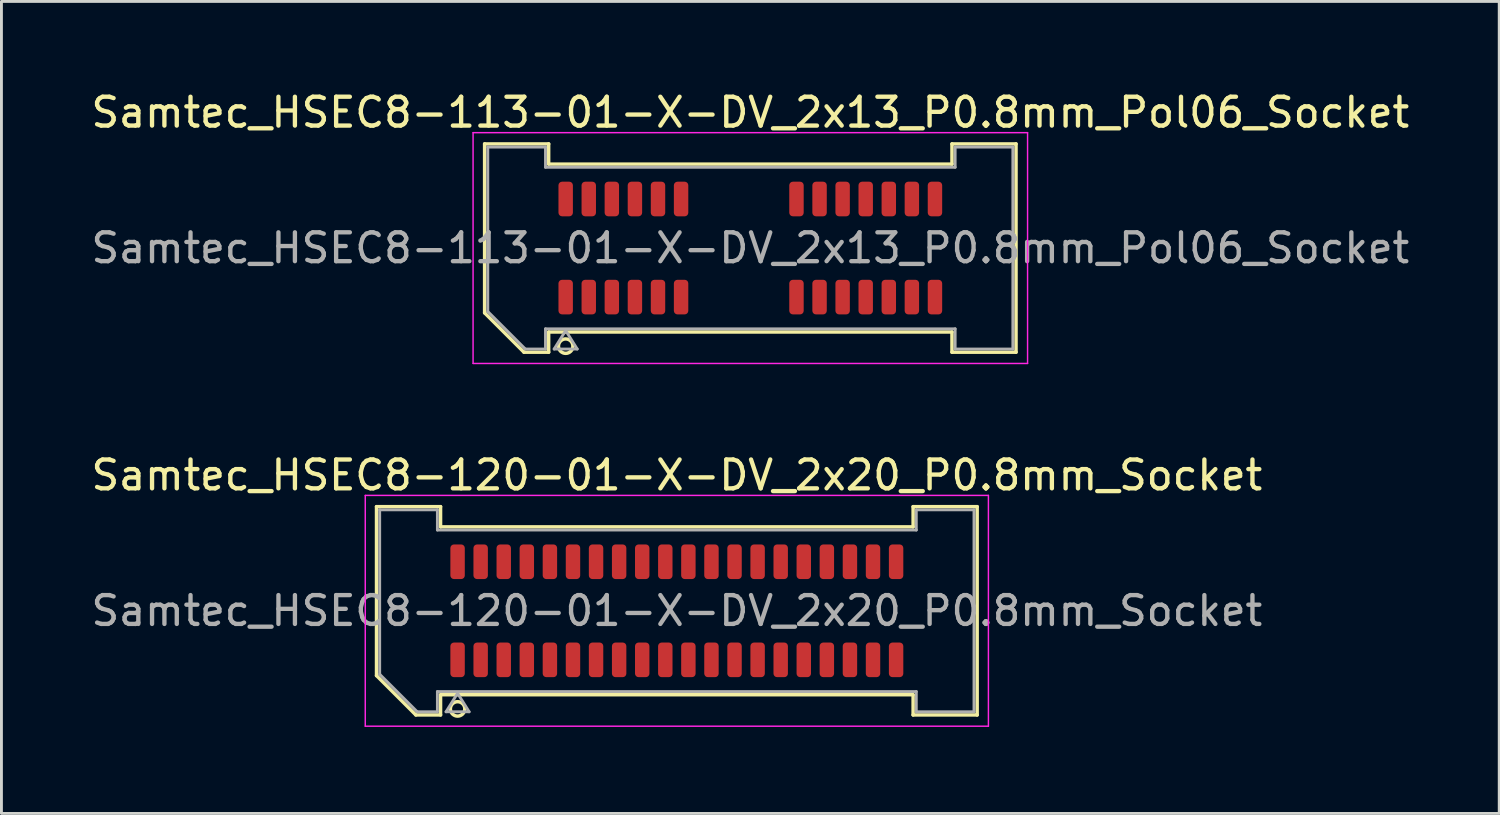
<source format=kicad_pcb>
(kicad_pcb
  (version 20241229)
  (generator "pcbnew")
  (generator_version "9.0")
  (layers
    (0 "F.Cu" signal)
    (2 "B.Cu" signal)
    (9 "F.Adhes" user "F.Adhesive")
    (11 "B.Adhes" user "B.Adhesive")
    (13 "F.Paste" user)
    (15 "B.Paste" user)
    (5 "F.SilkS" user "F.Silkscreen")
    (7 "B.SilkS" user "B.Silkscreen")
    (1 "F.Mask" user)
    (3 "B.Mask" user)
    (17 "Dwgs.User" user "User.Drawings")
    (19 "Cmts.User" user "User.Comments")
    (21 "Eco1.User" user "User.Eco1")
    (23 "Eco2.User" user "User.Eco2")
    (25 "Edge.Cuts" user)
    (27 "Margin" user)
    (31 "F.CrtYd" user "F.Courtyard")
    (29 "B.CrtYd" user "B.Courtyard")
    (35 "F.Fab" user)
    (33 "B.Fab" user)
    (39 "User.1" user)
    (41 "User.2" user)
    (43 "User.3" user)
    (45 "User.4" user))
  (footprint "Samtec_HSEC8-113-01-X-DV_2x13_P0.8mm_Pol06_Socket"
    (layer "F.Cu")
    (at 22.958 5.548)
    (property "Reference" "Samtec_HSEC8-113-01-X-DV_2x13_P0.8mm_Pol06_Socket" (at 0 -4.7 0) (layer "F.SilkS") (effects (font (size 1 1) (thickness 0.15))))
    (attr smd)
    (fp_line (start -9.21 -3.61) (end -6.99 -3.61) (stroke (width 0.12) (type solid)) (layer "F.SilkS"))
    (fp_line (start -9.21 2.246) (end -9.21 -3.61) (stroke (width 0.12) (type solid)) (layer "F.SilkS"))
    (fp_line (start -7.846 3.61) (end -9.21 2.246) (stroke (width 0.12) (type solid)) (layer "F.SilkS"))
    (fp_line (start -6.99 -3.61) (end -6.99 -2.91) (stroke (width 0.12) (type solid)) (layer "F.SilkS"))
    (fp_line (start -6.99 -2.91) (end 6.99 -2.91) (stroke (width 0.12) (type solid)) (layer "F.SilkS"))
    (fp_line (start -6.99 2.91) (end -6.99 3.61) (stroke (width 0.12) (type solid)) (layer "F.SilkS"))
    (fp_line (start -6.99 3.61) (end -7.846 3.61) (stroke (width 0.12) (type solid)) (layer "F.SilkS"))
    (fp_line (start 6.99 -3.61) (end 9.21 -3.61) (stroke (width 0.12) (type solid)) (layer "F.SilkS"))
    (fp_line (start 6.99 -2.91) (end 6.99 -3.61) (stroke (width 0.12) (type solid)) (layer "F.SilkS"))
    (fp_line (start 6.99 2.91) (end -6.99 2.91) (stroke (width 0.12) (type solid)) (layer "F.SilkS"))
    (fp_line (start 6.99 3.61) (end 6.99 2.91) (stroke (width 0.12) (type solid)) (layer "F.SilkS"))
    (fp_line (start 9.21 -3.61) (end 9.21 3.61) (stroke (width 0.12) (type solid)) (layer "F.SilkS"))
    (fp_line (start 9.21 3.61) (end 6.99 3.61) (stroke (width 0.12) (type solid)) (layer "F.SilkS"))
    (fp_arc (start -6.15 3.4) (mid -6.65 3.4) (end -6.15 3.4) (stroke (width 0.12) (type solid)) (layer "F.SilkS"))
    (fp_line (start -9.61 -4) (end -9.61 4) (stroke (width 0.05) (type solid)) (layer "F.CrtYd"))
    (fp_line (start -9.61 4) (end 9.61 4) (stroke (width 0.05) (type solid)) (layer "F.CrtYd"))
    (fp_line (start 9.61 -4) (end -9.61 -4) (stroke (width 0.05) (type solid)) (layer "F.CrtYd"))
    (fp_line (start 9.61 4) (end 9.61 -4) (stroke (width 0.05) (type solid)) (layer "F.CrtYd"))
    (fp_line (start -9.1 -3.5) (end -7.1 -3.5) (stroke (width 0.1) (type solid)) (layer "F.Fab"))
    (fp_line (start -9.1 2.2) (end -9.1 -3.5) (stroke (width 0.1) (type solid)) (layer "F.Fab"))
    (fp_line (start -7.8 3.5) (end -9.1 2.2) (stroke (width 0.1) (type solid)) (layer "F.Fab"))
    (fp_line (start -7.1 -3.5) (end -7.1 -2.8) (stroke (width 0.1) (type solid)) (layer "F.Fab"))
    (fp_line (start -7.1 -2.8) (end 7.1 -2.8) (stroke (width 0.1) (type solid)) (layer "F.Fab"))
    (fp_line (start -7.1 2.8) (end -7.1 3.5) (stroke (width 0.1) (type solid)) (layer "F.Fab"))
    (fp_line (start -7.1 3.5) (end -7.8 3.5) (stroke (width 0.1) (type solid)) (layer "F.Fab"))
    (fp_line (start -6.8 3.5) (end -6.4 2.86) (stroke (width 0.1) (type solid)) (layer "F.Fab"))
    (fp_line (start -6.4 2.86) (end -6 3.5) (stroke (width 0.1) (type solid)) (layer "F.Fab"))
    (fp_line (start -6 3.5) (end -6.8 3.5) (stroke (width 0.1) (type solid)) (layer "F.Fab"))
    (fp_line (start 7.1 -3.5) (end 9.1 -3.5) (stroke (width 0.1) (type solid)) (layer "F.Fab"))
    (fp_line (start 7.1 -2.8) (end 7.1 -3.5) (stroke (width 0.1) (type solid)) (layer "F.Fab"))
    (fp_line (start 7.1 2.8) (end -7.1 2.8) (stroke (width 0.1) (type solid)) (layer "F.Fab"))
    (fp_line (start 7.1 3.5) (end 7.1 2.8) (stroke (width 0.1) (type solid)) (layer "F.Fab"))
    (fp_line (start 9.1 -3.5) (end 9.1 3.5) (stroke (width 0.1) (type solid)) (layer "F.Fab"))
    (fp_line (start 9.1 3.5) (end 7.1 3.5) (stroke (width 0.1) (type solid)) (layer "F.Fab"))
    (fp_text user "${REFERENCE}" (at 0 0 0) (layer "F.Fab") (effects (font (size 1 1) (thickness 0.15))))
    (pad "1" smd roundrect (at -6.4 1.7) (size 0.5 1.2) (layers "F.Cu" "F.Mask" "F.Paste") (roundrect_rratio 0.25))
    (pad "2" smd roundrect (at -6.4 -1.7) (size 0.5 1.2) (layers "F.Cu" "F.Mask" "F.Paste") (roundrect_rratio 0.25))
    (pad "3" smd roundrect (at -5.6 1.7) (size 0.5 1.2) (layers "F.Cu" "F.Mask" "F.Paste") (roundrect_rratio 0.25))
    (pad "4" smd roundrect (at -5.6 -1.7) (size 0.5 1.2) (layers "F.Cu" "F.Mask" "F.Paste") (roundrect_rratio 0.25))
    (pad "5" smd roundrect (at -4.8 1.7) (size 0.5 1.2) (layers "F.Cu" "F.Mask" "F.Paste") (roundrect_rratio 0.25))
    (pad "6" smd roundrect (at -4.8 -1.7) (size 0.5 1.2) (layers "F.Cu" "F.Mask" "F.Paste") (roundrect_rratio 0.25))
    (pad "7" smd roundrect (at -4 1.7) (size 0.5 1.2) (layers "F.Cu" "F.Mask" "F.Paste") (roundrect_rratio 0.25))
    (pad "8" smd roundrect (at -4 -1.7) (size 0.5 1.2) (layers "F.Cu" "F.Mask" "F.Paste") (roundrect_rratio 0.25))
    (pad "9" smd roundrect (at -3.2 1.7) (size 0.5 1.2) (layers "F.Cu" "F.Mask" "F.Paste") (roundrect_rratio 0.25))
    (pad "10" smd roundrect (at -3.2 -1.7) (size 0.5 1.2) (layers "F.Cu" "F.Mask" "F.Paste") (roundrect_rratio 0.25))
    (pad "11" smd roundrect (at -2.4 1.7) (size 0.5 1.2) (layers "F.Cu" "F.Mask" "F.Paste") (roundrect_rratio 0.25))
    (pad "12" smd roundrect (at -2.4 -1.7) (size 0.5 1.2) (layers "F.Cu" "F.Mask" "F.Paste") (roundrect_rratio 0.25))
    (pad "13" smd roundrect (at 1.6 1.7) (size 0.5 1.2) (layers "F.Cu" "F.Mask" "F.Paste") (roundrect_rratio 0.25))
    (pad "14" smd roundrect (at 1.6 -1.7) (size 0.5 1.2) (layers "F.Cu" "F.Mask" "F.Paste") (roundrect_rratio 0.25))
    (pad "15" smd roundrect (at 2.4 1.7) (size 0.5 1.2) (layers "F.Cu" "F.Mask" "F.Paste") (roundrect_rratio 0.25))
    (pad "16" smd roundrect (at 2.4 -1.7) (size 0.5 1.2) (layers "F.Cu" "F.Mask" "F.Paste") (roundrect_rratio 0.25))
    (pad "17" smd roundrect (at 3.2 1.7) (size 0.5 1.2) (layers "F.Cu" "F.Mask" "F.Paste") (roundrect_rratio 0.25))
    (pad "18" smd roundrect (at 3.2 -1.7) (size 0.5 1.2) (layers "F.Cu" "F.Mask" "F.Paste") (roundrect_rratio 0.25))
    (pad "19" smd roundrect (at 4 1.7) (size 0.5 1.2) (layers "F.Cu" "F.Mask" "F.Paste") (roundrect_rratio 0.25))
    (pad "20" smd roundrect (at 4 -1.7) (size 0.5 1.2) (layers "F.Cu" "F.Mask" "F.Paste") (roundrect_rratio 0.25))
    (pad "21" smd roundrect (at 4.8 1.7) (size 0.5 1.2) (layers "F.Cu" "F.Mask" "F.Paste") (roundrect_rratio 0.25))
    (pad "22" smd roundrect (at 4.8 -1.7) (size 0.5 1.2) (layers "F.Cu" "F.Mask" "F.Paste") (roundrect_rratio 0.25))
    (pad "23" smd roundrect (at 5.6 1.7) (size 0.5 1.2) (layers "F.Cu" "F.Mask" "F.Paste") (roundrect_rratio 0.25))
    (pad "24" smd roundrect (at 5.6 -1.7) (size 0.5 1.2) (layers "F.Cu" "F.Mask" "F.Paste") (roundrect_rratio 0.25))
    (pad "25" smd roundrect (at 6.4 1.7) (size 0.5 1.2) (layers "F.Cu" "F.Mask" "F.Paste") (roundrect_rratio 0.25))
    (pad "26" smd roundrect (at 6.4 -1.7) (size 0.5 1.2) (layers "F.Cu" "F.Mask" "F.Paste") (roundrect_rratio 0.25)))
  (footprint "Samtec_HSEC8-120-01-X-DV_2x20_P0.8mm_Socket"
    (layer "F.Cu")
    (at 20.411 18.122)
    (property "Reference" "Samtec_HSEC8-120-01-X-DV_2x20_P0.8mm_Socket" (at 0 -4.7 0) (layer "F.SilkS") (effects (font (size 1 1) (thickness 0.15))))
    (attr smd)
    (fp_line (start -10.41 -3.61) (end -8.19 -3.61) (stroke (width 0.12) (type solid)) (layer "F.SilkS"))
    (fp_line (start -10.41 2.246) (end -10.41 -3.61) (stroke (width 0.12) (type solid)) (layer "F.SilkS"))
    (fp_line (start -9.046 3.61) (end -10.41 2.246) (stroke (width 0.12) (type solid)) (layer "F.SilkS"))
    (fp_line (start -8.19 -3.61) (end -8.19 -2.91) (stroke (width 0.12) (type solid)) (layer "F.SilkS"))
    (fp_line (start -8.19 -2.91) (end 8.19 -2.91) (stroke (width 0.12) (type solid)) (layer "F.SilkS"))
    (fp_line (start -8.19 2.91) (end -8.19 3.61) (stroke (width 0.12) (type solid)) (layer "F.SilkS"))
    (fp_line (start -8.19 3.61) (end -9.046 3.61) (stroke (width 0.12) (type solid)) (layer "F.SilkS"))
    (fp_line (start 8.19 -3.61) (end 10.41 -3.61) (stroke (width 0.12) (type solid)) (layer "F.SilkS"))
    (fp_line (start 8.19 -2.91) (end 8.19 -3.61) (stroke (width 0.12) (type solid)) (layer "F.SilkS"))
    (fp_line (start 8.19 2.91) (end -8.19 2.91) (stroke (width 0.12) (type solid)) (layer "F.SilkS"))
    (fp_line (start 8.19 3.61) (end 8.19 2.91) (stroke (width 0.12) (type solid)) (layer "F.SilkS"))
    (fp_line (start 10.41 -3.61) (end 10.41 3.61) (stroke (width 0.12) (type solid)) (layer "F.SilkS"))
    (fp_line (start 10.41 3.61) (end 8.19 3.61) (stroke (width 0.12) (type solid)) (layer "F.SilkS"))
    (fp_arc (start -7.35 3.4) (mid -7.85 3.4) (end -7.35 3.4) (stroke (width 0.12) (type solid)) (layer "F.SilkS"))
    (fp_line (start -10.8 -4) (end -10.8 4) (stroke (width 0.05) (type solid)) (layer "F.CrtYd"))
    (fp_line (start -10.8 4) (end 10.8 4) (stroke (width 0.05) (type solid)) (layer "F.CrtYd"))
    (fp_line (start 10.8 -4) (end -10.8 -4) (stroke (width 0.05) (type solid)) (layer "F.CrtYd"))
    (fp_line (start 10.8 4) (end 10.8 -4) (stroke (width 0.05) (type solid)) (layer "F.CrtYd"))
    (fp_line (start -10.3 -3.5) (end -8.3 -3.5) (stroke (width 0.1) (type solid)) (layer "F.Fab"))
    (fp_line (start -10.3 2.2) (end -10.3 -3.5) (stroke (width 0.1) (type solid)) (layer "F.Fab"))
    (fp_line (start -9 3.5) (end -10.3 2.2) (stroke (width 0.1) (type solid)) (layer "F.Fab"))
    (fp_line (start -8.3 -3.5) (end -8.3 -2.8) (stroke (width 0.1) (type solid)) (layer "F.Fab"))
    (fp_line (start -8.3 -2.8) (end 8.3 -2.8) (stroke (width 0.1) (type solid)) (layer "F.Fab"))
    (fp_line (start -8.3 2.8) (end -8.3 3.5) (stroke (width 0.1) (type solid)) (layer "F.Fab"))
    (fp_line (start -8.3 3.5) (end -9 3.5) (stroke (width 0.1) (type solid)) (layer "F.Fab"))
    (fp_line (start -8 3.5) (end -7.6 2.86) (stroke (width 0.1) (type solid)) (layer "F.Fab"))
    (fp_line (start -7.6 2.86) (end -7.2 3.5) (stroke (width 0.1) (type solid)) (layer "F.Fab"))
    (fp_line (start -7.2 3.5) (end -8 3.5) (stroke (width 0.1) (type solid)) (layer "F.Fab"))
    (fp_line (start 8.3 -3.5) (end 10.3 -3.5) (stroke (width 0.1) (type solid)) (layer "F.Fab"))
    (fp_line (start 8.3 -2.8) (end 8.3 -3.5) (stroke (width 0.1) (type solid)) (layer "F.Fab"))
    (fp_line (start 8.3 2.8) (end -8.3 2.8) (stroke (width 0.1) (type solid)) (layer "F.Fab"))
    (fp_line (start 8.3 3.5) (end 8.3 2.8) (stroke (width 0.1) (type solid)) (layer "F.Fab"))
    (fp_line (start 10.3 -3.5) (end 10.3 3.5) (stroke (width 0.1) (type solid)) (layer "F.Fab"))
    (fp_line (start 10.3 3.5) (end 8.3 3.5) (stroke (width 0.1) (type solid)) (layer "F.Fab"))
    (fp_text user "${REFERENCE}" (at 0 0 0) (layer "F.Fab") (effects (font (size 1 1) (thickness 0.15))))
    (pad "1" smd roundrect (at -7.6 1.7) (size 0.5 1.2) (layers "F.Cu" "F.Mask" "F.Paste") (roundrect_rratio 0.25))
    (pad "2" smd roundrect (at -7.6 -1.7) (size 0.5 1.2) (layers "F.Cu" "F.Mask" "F.Paste") (roundrect_rratio 0.25))
    (pad "3" smd roundrect (at -6.8 1.7) (size 0.5 1.2) (layers "F.Cu" "F.Mask" "F.Paste") (roundrect_rratio 0.25))
    (pad "4" smd roundrect (at -6.8 -1.7) (size 0.5 1.2) (layers "F.Cu" "F.Mask" "F.Paste") (roundrect_rratio 0.25))
    (pad "5" smd roundrect (at -6 1.7) (size 0.5 1.2) (layers "F.Cu" "F.Mask" "F.Paste") (roundrect_rratio 0.25))
    (pad "6" smd roundrect (at -6 -1.7) (size 0.5 1.2) (layers "F.Cu" "F.Mask" "F.Paste") (roundrect_rratio 0.25))
    (pad "7" smd roundrect (at -5.2 1.7) (size 0.5 1.2) (layers "F.Cu" "F.Mask" "F.Paste") (roundrect_rratio 0.25))
    (pad "8" smd roundrect (at -5.2 -1.7) (size 0.5 1.2) (layers "F.Cu" "F.Mask" "F.Paste") (roundrect_rratio 0.25))
    (pad "9" smd roundrect (at -4.4 1.7) (size 0.5 1.2) (layers "F.Cu" "F.Mask" "F.Paste") (roundrect_rratio 0.25))
    (pad "10" smd roundrect (at -4.4 -1.7) (size 0.5 1.2) (layers "F.Cu" "F.Mask" "F.Paste") (roundrect_rratio 0.25))
    (pad "11" smd roundrect (at -3.6 1.7) (size 0.5 1.2) (layers "F.Cu" "F.Mask" "F.Paste") (roundrect_rratio 0.25))
    (pad "12" smd roundrect (at -3.6 -1.7) (size 0.5 1.2) (layers "F.Cu" "F.Mask" "F.Paste") (roundrect_rratio 0.25))
    (pad "13" smd roundrect (at -2.8 1.7) (size 0.5 1.2) (layers "F.Cu" "F.Mask" "F.Paste") (roundrect_rratio 0.25))
    (pad "14" smd roundrect (at -2.8 -1.7) (size 0.5 1.2) (layers "F.Cu" "F.Mask" "F.Paste") (roundrect_rratio 0.25))
    (pad "15" smd roundrect (at -2 1.7) (size 0.5 1.2) (layers "F.Cu" "F.Mask" "F.Paste") (roundrect_rratio 0.25))
    (pad "16" smd roundrect (at -2 -1.7) (size 0.5 1.2) (layers "F.Cu" "F.Mask" "F.Paste") (roundrect_rratio 0.25))
    (pad "17" smd roundrect (at -1.2 1.7) (size 0.5 1.2) (layers "F.Cu" "F.Mask" "F.Paste") (roundrect_rratio 0.25))
    (pad "18" smd roundrect (at -1.2 -1.7) (size 0.5 1.2) (layers "F.Cu" "F.Mask" "F.Paste") (roundrect_rratio 0.25))
    (pad "19" smd roundrect (at -0.4 1.7) (size 0.5 1.2) (layers "F.Cu" "F.Mask" "F.Paste") (roundrect_rratio 0.25))
    (pad "20" smd roundrect (at -0.4 -1.7) (size 0.5 1.2) (layers "F.Cu" "F.Mask" "F.Paste") (roundrect_rratio 0.25))
    (pad "21" smd roundrect (at 0.4 1.7) (size 0.5 1.2) (layers "F.Cu" "F.Mask" "F.Paste") (roundrect_rratio 0.25))
    (pad "22" smd roundrect (at 0.4 -1.7) (size 0.5 1.2) (layers "F.Cu" "F.Mask" "F.Paste") (roundrect_rratio 0.25))
    (pad "23" smd roundrect (at 1.2 1.7) (size 0.5 1.2) (layers "F.Cu" "F.Mask" "F.Paste") (roundrect_rratio 0.25))
    (pad "24" smd roundrect (at 1.2 -1.7) (size 0.5 1.2) (layers "F.Cu" "F.Mask" "F.Paste") (roundrect_rratio 0.25))
    (pad "25" smd roundrect (at 2 1.7) (size 0.5 1.2) (layers "F.Cu" "F.Mask" "F.Paste") (roundrect_rratio 0.25))
    (pad "26" smd roundrect (at 2 -1.7) (size 0.5 1.2) (layers "F.Cu" "F.Mask" "F.Paste") (roundrect_rratio 0.25))
    (pad "27" smd roundrect (at 2.8 1.7) (size 0.5 1.2) (layers "F.Cu" "F.Mask" "F.Paste") (roundrect_rratio 0.25))
    (pad "28" smd roundrect (at 2.8 -1.7) (size 0.5 1.2) (layers "F.Cu" "F.Mask" "F.Paste") (roundrect_rratio 0.25))
    (pad "29" smd roundrect (at 3.6 1.7) (size 0.5 1.2) (layers "F.Cu" "F.Mask" "F.Paste") (roundrect_rratio 0.25))
    (pad "30" smd roundrect (at 3.6 -1.7) (size 0.5 1.2) (layers "F.Cu" "F.Mask" "F.Paste") (roundrect_rratio 0.25))
    (pad "31" smd roundrect (at 4.4 1.7) (size 0.5 1.2) (layers "F.Cu" "F.Mask" "F.Paste") (roundrect_rratio 0.25))
    (pad "32" smd roundrect (at 4.4 -1.7) (size 0.5 1.2) (layers "F.Cu" "F.Mask" "F.Paste") (roundrect_rratio 0.25))
    (pad "33" smd roundrect (at 5.2 1.7) (size 0.5 1.2) (layers "F.Cu" "F.Mask" "F.Paste") (roundrect_rratio 0.25))
    (pad "34" smd roundrect (at 5.2 -1.7) (size 0.5 1.2) (layers "F.Cu" "F.Mask" "F.Paste") (roundrect_rratio 0.25))
    (pad "35" smd roundrect (at 6 1.7) (size 0.5 1.2) (layers "F.Cu" "F.Mask" "F.Paste") (roundrect_rratio 0.25))
    (pad "36" smd roundrect (at 6 -1.7) (size 0.5 1.2) (layers "F.Cu" "F.Mask" "F.Paste") (roundrect_rratio 0.25))
    (pad "37" smd roundrect (at 6.8 1.7) (size 0.5 1.2) (layers "F.Cu" "F.Mask" "F.Paste") (roundrect_rratio 0.25))
    (pad "38" smd roundrect (at 6.8 -1.7) (size 0.5 1.2) (layers "F.Cu" "F.Mask" "F.Paste") (roundrect_rratio 0.25))
    (pad "39" smd roundrect (at 7.6 1.7) (size 0.5 1.2) (layers "F.Cu" "F.Mask" "F.Paste") (roundrect_rratio 0.25))
    (pad "40" smd roundrect (at 7.6 -1.7) (size 0.5 1.2) (layers "F.Cu" "F.Mask" "F.Paste") (roundrect_rratio 0.25)))
  (gr_rect
    (start -3 -3)
    (end 48.917 25.146)
    (stroke (width 0.1) (type default))
    (fill no)
    (layer "Edge.Cuts")))
</source>
